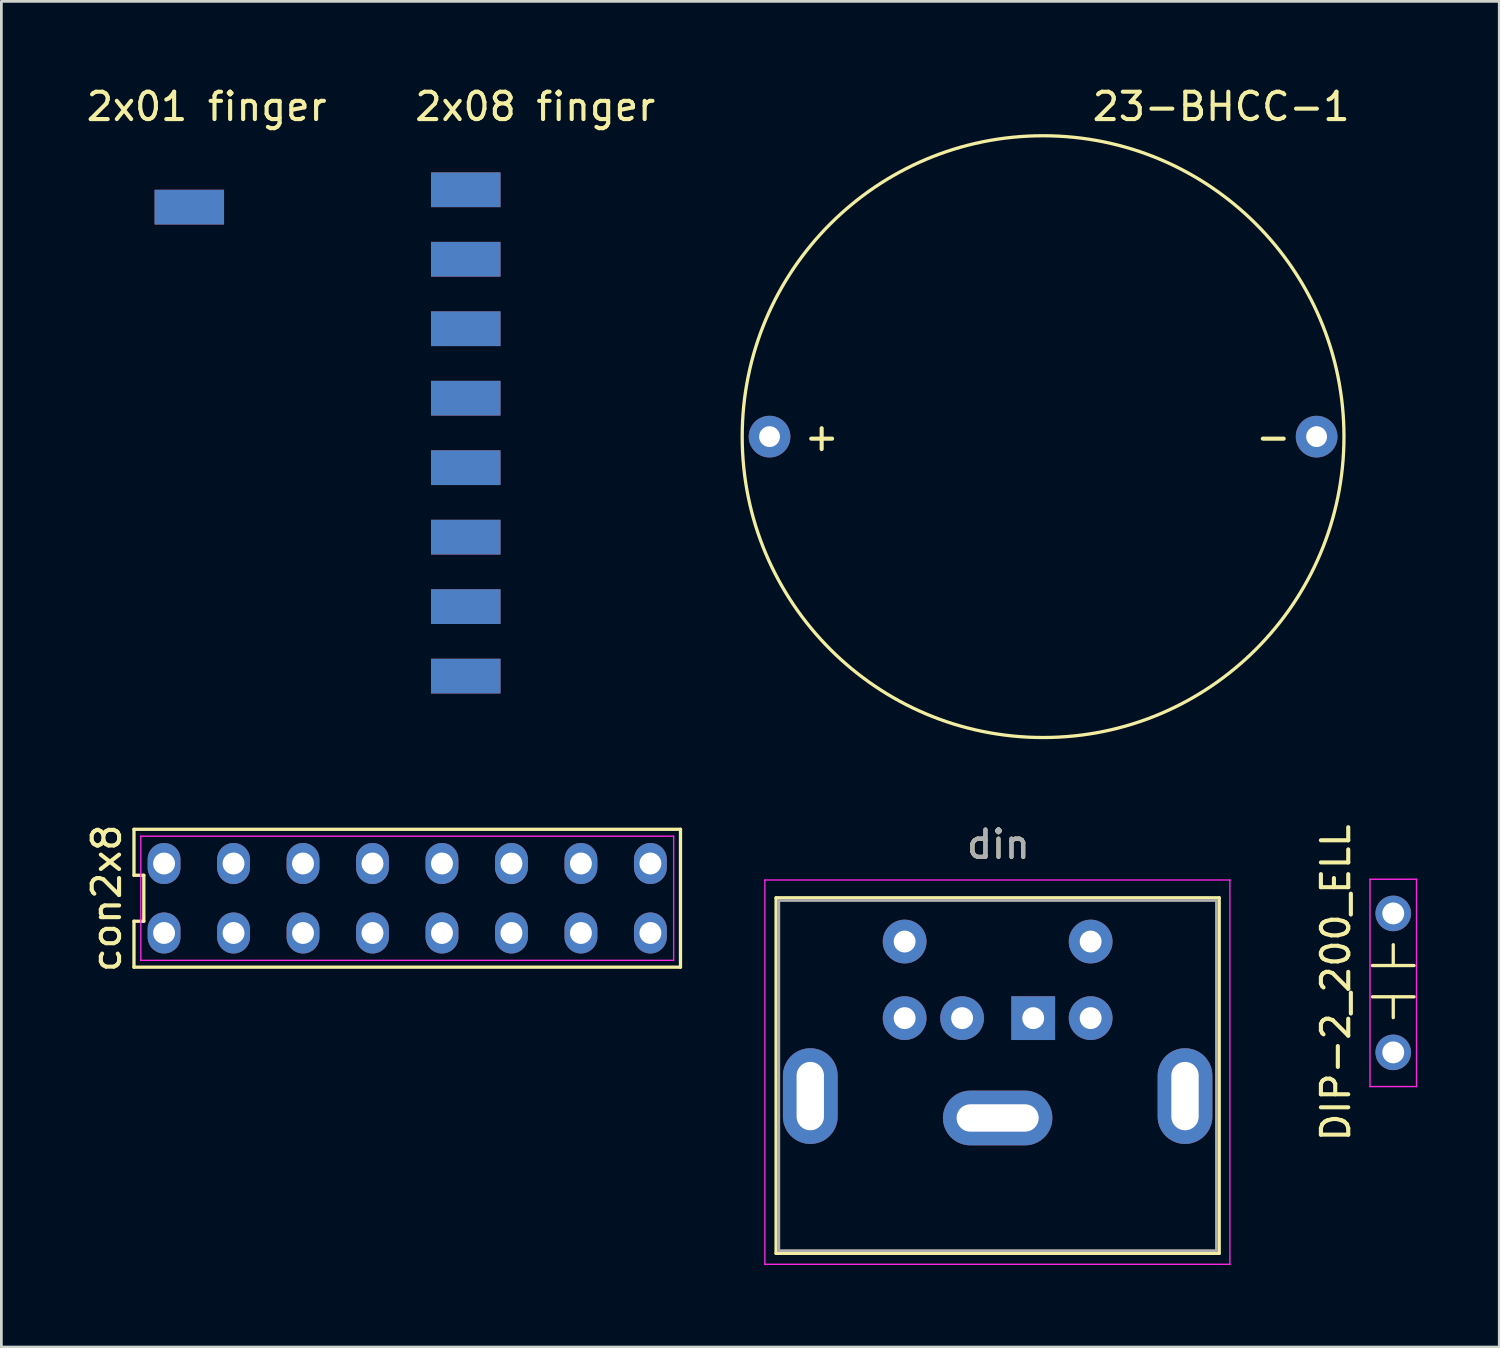
<source format=kicad_pcb>
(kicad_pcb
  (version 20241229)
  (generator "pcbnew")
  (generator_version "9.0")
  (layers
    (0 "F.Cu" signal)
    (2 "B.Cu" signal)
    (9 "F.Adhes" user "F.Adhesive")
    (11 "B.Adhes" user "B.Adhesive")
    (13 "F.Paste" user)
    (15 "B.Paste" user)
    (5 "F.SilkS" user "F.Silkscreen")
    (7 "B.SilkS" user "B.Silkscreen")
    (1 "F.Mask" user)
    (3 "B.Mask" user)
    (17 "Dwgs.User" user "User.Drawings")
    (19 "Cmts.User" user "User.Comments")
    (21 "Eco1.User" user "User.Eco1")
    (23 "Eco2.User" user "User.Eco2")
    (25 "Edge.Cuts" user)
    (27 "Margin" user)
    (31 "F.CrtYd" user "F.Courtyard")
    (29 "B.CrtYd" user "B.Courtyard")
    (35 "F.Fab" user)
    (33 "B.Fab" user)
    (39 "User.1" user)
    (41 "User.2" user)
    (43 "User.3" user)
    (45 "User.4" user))
  (footprint "DIP-2_200_ELL"
    (layer "F.Cu")
    (at 47.886 32.884)
    (property "Reference" "DIP-2_200_ELL" (at -2.1 0 90) (layer "F.SilkS") (effects (font (size 1 1) (thickness 0.15))))
    (fp_line (start -0.762 -0.635) (end 0.762 -0.635) (stroke (width 0.12) (type solid)) (layer "F.SilkS"))
    (fp_line (start -0.762 0.508) (end 0.762 0.508) (stroke (width 0.12) (type solid)) (layer "F.SilkS"))
    (fp_line (start 0 -0.635) (end 0 -1.397) (stroke (width 0.12) (type solid)) (layer "F.SilkS"))
    (fp_line (start 0 0.508) (end 0 1.27) (stroke (width 0.12) (type solid)) (layer "F.SilkS"))
    (fp_line (start -0.85 -3.79) (end 0.85 -3.79) (stroke (width 0.05) (type solid)) (layer "F.CrtYd"))
    (fp_line (start -0.85 3.79) (end -0.85 -3.79) (stroke (width 0.05) (type solid)) (layer "F.CrtYd"))
    (fp_line (start 0.85 -3.79) (end 0.85 3.79) (stroke (width 0.05) (type solid)) (layer "F.CrtYd"))
    (fp_line (start 0.85 3.79) (end -0.85 3.79) (stroke (width 0.05) (type solid)) (layer "F.CrtYd"))
    (pad "1" thru_hole circle (at 0 2.54) (size 1.3 1.3) (drill 0.8) (layers "*.Cu" "*.Mask"))
    (pad "2" thru_hole circle (at 0 -2.54) (size 1.3 1.3) (drill 0.8) (layers "*.Cu" "*.Mask")))
  (footprint "din"
    (layer "F.Cu")
    (at 34.723 34.172)
    (property "Reference" "din" (at -1.27 -6.35 0) (layer "F.SilkS") (effects (font (size 1 1) (thickness 0.15))))
    (attr through_hole)
    (fp_line (start -9.4 -4.4) (end -9.4 8.6) (stroke (width 0.12) (type solid)) (layer "F.SilkS"))
    (fp_line (start -9.4 -4.4) (end 6.8 -4.4) (stroke (width 0.12) (type solid)) (layer "F.SilkS"))
    (fp_line (start -9.4 8.6) (end 6.8 8.6) (stroke (width 0.12) (type solid)) (layer "F.SilkS"))
    (fp_line (start 6.8 -4.4) (end 6.8 8.6) (stroke (width 0.12) (type solid)) (layer "F.SilkS"))
    (fp_line (start -9.81 -5.05) (end -9.81 9) (stroke (width 0.05) (type solid)) (layer "F.CrtYd"))
    (fp_line (start -9.81 -5.05) (end 7.19 -5.05) (stroke (width 0.05) (type solid)) (layer "F.CrtYd"))
    (fp_line (start 7.19 9) (end -9.81 9) (stroke (width 0.05) (type solid)) (layer "F.CrtYd"))
    (fp_line (start 7.19 9) (end 7.19 -5.05) (stroke (width 0.05) (type solid)) (layer "F.CrtYd"))
    (fp_line (start -9.3 -4.3) (end 6.7 -4.3) (stroke (width 0.1) (type solid)) (layer "F.Fab"))
    (fp_line (start -9.3 8.5) (end -9.3 -4.3) (stroke (width 0.1) (type solid)) (layer "F.Fab"))
    (fp_line (start 6.7 -4.3) (end 6.7 8.5) (stroke (width 0.1) (type solid)) (layer "F.Fab"))
    (fp_line (start 6.7 8.5) (end -9.3 8.5) (stroke (width 0.1) (type solid)) (layer "F.Fab"))
    (fp_text user "${REFERENCE}" (at -1.27 -6.35 0) (layer "F.Fab") (effects (font (size 1 1) (thickness 0.15))))
    (pad "1" thru_hole rect (at 0 0) (size 1.6 1.6) (drill 0.8) (layers "*.Cu" "*.Mask"))
    (pad "2" thru_hole circle (at -2.6 0) (size 1.6 1.6) (drill 0.8) (layers "*.Cu" "*.Mask"))
    (pad "3" thru_hole circle (at 2.1 0) (size 1.6 1.6) (drill 0.8) (layers "*.Cu" "*.Mask"))
    (pad "4" thru_hole circle (at -4.7 0) (size 1.6 1.6) (drill 0.8) (layers "*.Cu" "*.Mask"))
    (pad "5" thru_hole circle (at 2.1 -2.8) (size 1.6 1.6) (drill 0.8) (layers "*.Cu" "*.Mask"))
    (pad "6" thru_hole circle (at -4.7 -2.8) (size 1.6 1.6) (drill 0.8) (layers "*.Cu" "*.Mask"))
    (pad "7" thru_hole oval (at -8.15 2.85) (size 2 3.5) (drill oval 1 2.5) (layers "*.Cu" "*.Mask"))
    (pad "7" thru_hole oval (at -1.3 3.65) (size 4 2) (drill oval 3 1) (layers "*.Cu" "*.Mask"))
    (pad "7" thru_hole oval (at 5.55 2.85) (size 2 3.5) (drill oval 1 2.5) (layers "*.Cu" "*.Mask")))
  (footprint "23−BHCC−1"
    (layer "F.Cu")
    (at 28.894 7.198)
    (property "Reference" "23−BHCC−1" (at 12.7 -6.35 0) (unlocked yes) (layer "F.SilkS") (effects (font (size 1 1) (thickness 0.15))))
    (attr through_hole)
    (fp_circle (center 6.19 5.715) (end 17.19 5.715) (stroke (width 0.12) (type solid)) (fill no) (layer "F.SilkS"))
    (fp_text user "-" (at 14.605 5.715 0) (unlocked yes) (layer "F.SilkS") (effects (font (size 1 1) (thickness 0.15))))
    (fp_text user "+" (at -1.905 5.715 0) (unlocked yes) (layer "F.SilkS") (effects (font (size 1 1) (thickness 0.15))))
    (pad "1" thru_hole circle (at -3.81 5.715) (size 1.524 1.524) (drill 0.762) (layers "*.Cu" "*.Mask"))
    (pad "2" thru_hole circle (at 16.19 5.715) (size 1.524 1.524) (drill 0.762) (layers "*.Cu" "*.Mask")))
  (footprint "2x08 finger"
    (layer "F.Cu")
    (at 15.248 3.253)
    (property "Reference" "2x08 finger" (at 1.27 -2.405 0) (unlocked yes) (layer "F.SilkS") (effects (font (size 1 1) (thickness 0.15))))
    (attr smd)
    (pad "1" smd rect (at -1.27 0.635) (size 2.54 1.27) (layers "F.Cu" "F.Mask" "F.Paste"))
    (pad "2" smd rect (at -1.27 3.175) (size 2.54 1.27) (layers "F.Cu" "F.Mask" "F.Paste"))
    (pad "3" smd rect (at -1.27 5.715) (size 2.54 1.27) (layers "F.Cu" "F.Mask" "F.Paste"))
    (pad "4" smd rect (at -1.27 8.255) (size 2.54 1.27) (layers "F.Cu" "F.Mask" "F.Paste"))
    (pad "5" smd rect (at -1.27 10.795) (size 2.54 1.27) (layers "F.Cu" "F.Mask" "F.Paste"))
    (pad "6" smd rect (at -1.27 13.335) (size 2.54 1.27) (layers "F.Cu" "F.Mask" "F.Paste"))
    (pad "7" smd rect (at -1.27 15.875) (size 2.54 1.27) (layers "F.Cu" "F.Mask" "F.Paste"))
    (pad "8" smd rect (at -1.27 18.415) (size 2.54 1.27) (layers "F.Cu" "F.Mask" "F.Paste"))
    (pad "9" smd rect (at -1.27 0.635) (size 2.54 1.27) (layers "B.Cu" "B.Mask" "B.Paste"))
    (pad "10" smd rect (at -1.27 3.175) (size 2.54 1.27) (layers "B.Cu" "B.Mask" "B.Paste"))
    (pad "11" smd rect (at -1.27 5.715) (size 2.54 1.27) (layers "B.Cu" "B.Mask" "B.Paste"))
    (pad "12" smd rect (at -1.27 8.255) (size 2.54 1.27) (layers "B.Cu" "B.Mask" "B.Paste"))
    (pad "13" smd rect (at -1.27 10.795) (size 2.54 1.27) (layers "B.Cu" "B.Mask" "B.Paste"))
    (pad "14" smd rect (at -1.27 13.335) (size 2.54 1.27) (layers "B.Cu" "B.Mask" "B.Paste"))
    (pad "15" smd rect (at -1.27 15.875) (size 2.54 1.27) (layers "B.Cu" "B.Mask" "B.Paste"))
    (pad "16" smd rect (at -1.27 18.415) (size 2.54 1.27) (layers "B.Cu" "B.Mask" "B.Paste")))
  (footprint "con2x8"
    (layer "F.Cu")
    (at 11.838 29.789)
    (property "Reference" "con2x8" (at -10.99 0 90) (layer "F.SilkS") (effects (font (size 1 1) (thickness 0.15))))
    (attr through_hole)
    (fp_line (start -9.99 -2.52) (end -9.99 -0.84) (stroke (width 0.12) (type solid)) (layer "F.SilkS"))
    (fp_line (start -9.99 -0.84) (end -9.63 -0.84) (stroke (width 0.12) (type solid)) (layer "F.SilkS"))
    (fp_line (start -9.99 0.84) (end -9.99 2.52) (stroke (width 0.12) (type solid)) (layer "F.SilkS"))
    (fp_line (start -9.99 2.52) (end 9.99 2.52) (stroke (width 0.12) (type solid)) (layer "F.SilkS"))
    (fp_line (start -9.63 -0.84) (end -9.63 0.84) (stroke (width 0.12) (type solid)) (layer "F.SilkS"))
    (fp_line (start -9.63 0.84) (end -9.99 0.84) (stroke (width 0.12) (type solid)) (layer "F.SilkS"))
    (fp_line (start 9.99 -2.52) (end -9.99 -2.52) (stroke (width 0.12) (type solid)) (layer "F.SilkS"))
    (fp_line (start 9.99 2.52) (end 9.99 -2.52) (stroke (width 0.12) (type solid)) (layer "F.SilkS"))
    (fp_line (start -9.74 -2.27) (end 9.74 -2.27) (stroke (width 0.05) (type solid)) (layer "F.CrtYd"))
    (fp_line (start -9.74 2.27) (end -9.74 -2.27) (stroke (width 0.05) (type solid)) (layer "F.CrtYd"))
    (fp_line (start 9.74 -2.27) (end 9.74 2.27) (stroke (width 0.05) (type solid)) (layer "F.CrtYd"))
    (fp_line (start 9.74 2.27) (end -9.74 2.27) (stroke (width 0.05) (type solid)) (layer "F.CrtYd"))
    (pad "1" thru_hole oval (at -8.89 1.27) (size 1.2 1.5) (drill 0.8) (layers "*.Cu" "*.Mask"))
    (pad "2" thru_hole oval (at -6.35 1.27) (size 1.2 1.5) (drill 0.8) (layers "*.Cu" "*.Mask"))
    (pad "3" thru_hole oval (at -3.81 1.27) (size 1.2 1.5) (drill 0.8) (layers "*.Cu" "*.Mask"))
    (pad "4" thru_hole oval (at -1.27 1.27) (size 1.2 1.5) (drill 0.8) (layers "*.Cu" "*.Mask"))
    (pad "5" thru_hole oval (at 1.27 1.27) (size 1.2 1.5) (drill 0.8) (layers "*.Cu" "*.Mask"))
    (pad "6" thru_hole oval (at 3.81 1.27) (size 1.2 1.5) (drill 0.8) (layers "*.Cu" "*.Mask"))
    (pad "7" thru_hole oval (at 6.35 1.27) (size 1.2 1.5) (drill 0.8) (layers "*.Cu" "*.Mask"))
    (pad "8" thru_hole oval (at 8.89 1.27) (size 1.2 1.5) (drill 0.8) (layers "*.Cu" "*.Mask"))
    (pad "9" thru_hole oval (at 8.89 -1.27) (size 1.2 1.5) (drill 0.8) (layers "*.Cu" "*.Mask"))
    (pad "10" thru_hole oval (at 6.35 -1.27) (size 1.2 1.5) (drill 0.8) (layers "*.Cu" "*.Mask"))
    (pad "11" thru_hole oval (at 3.81 -1.27) (size 1.2 1.5) (drill 0.8) (layers "*.Cu" "*.Mask"))
    (pad "12" thru_hole oval (at 1.27 -1.27) (size 1.2 1.5) (drill 0.8) (layers "*.Cu" "*.Mask"))
    (pad "13" thru_hole oval (at -1.27 -1.27) (size 1.2 1.5) (drill 0.8) (layers "*.Cu" "*.Mask"))
    (pad "14" thru_hole oval (at -3.81 -1.27) (size 1.2 1.5) (drill 0.8) (layers "*.Cu" "*.Mask"))
    (pad "15" thru_hole oval (at -6.35 -1.27) (size 1.2 1.5) (drill 0.8) (layers "*.Cu" "*.Mask"))
    (pad "16" thru_hole oval (at -8.89 -1.27) (size 1.2 1.5) (drill 0.8) (layers "*.Cu" "*.Mask")))
  (footprint "2x01 finger"
    (layer "F.Cu")
    (at 4.506 1.348)
    (property "Reference" "2x01 finger" (at 0 -0.5 0) (unlocked yes) (layer "F.SilkS") (effects (font (size 1 1) (thickness 0.15))))
    (attr smd)
    (pad "1" smd rect (at -0.635 3.175) (size 2.54 1.27) (layers "F.Cu" "F.Mask" "F.Paste"))
    (pad "2" smd rect (at -0.635 3.175) (size 2.54 1.27) (layers "B.Cu" "B.Mask" "B.Paste")))
  (gr_rect
    (start -3 -3)
    (end 51.761 46.197)
    (stroke (width 0.1) (type default))
    (fill no)
    (layer "Edge.Cuts")))
</source>
